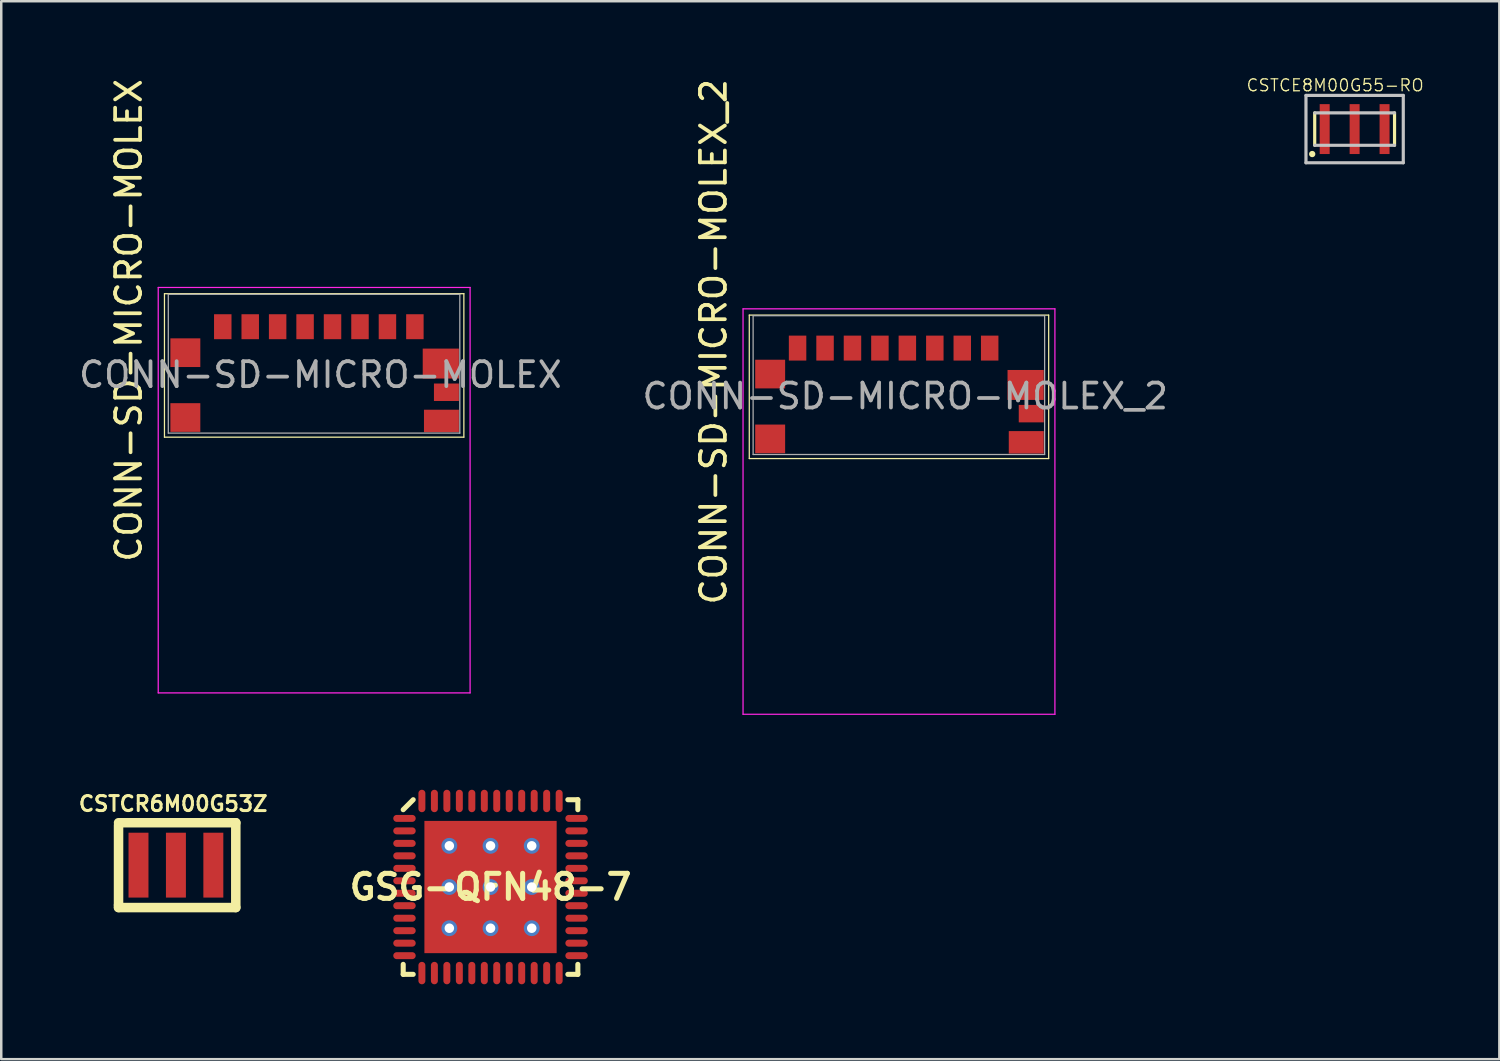
<source format=kicad_pcb>
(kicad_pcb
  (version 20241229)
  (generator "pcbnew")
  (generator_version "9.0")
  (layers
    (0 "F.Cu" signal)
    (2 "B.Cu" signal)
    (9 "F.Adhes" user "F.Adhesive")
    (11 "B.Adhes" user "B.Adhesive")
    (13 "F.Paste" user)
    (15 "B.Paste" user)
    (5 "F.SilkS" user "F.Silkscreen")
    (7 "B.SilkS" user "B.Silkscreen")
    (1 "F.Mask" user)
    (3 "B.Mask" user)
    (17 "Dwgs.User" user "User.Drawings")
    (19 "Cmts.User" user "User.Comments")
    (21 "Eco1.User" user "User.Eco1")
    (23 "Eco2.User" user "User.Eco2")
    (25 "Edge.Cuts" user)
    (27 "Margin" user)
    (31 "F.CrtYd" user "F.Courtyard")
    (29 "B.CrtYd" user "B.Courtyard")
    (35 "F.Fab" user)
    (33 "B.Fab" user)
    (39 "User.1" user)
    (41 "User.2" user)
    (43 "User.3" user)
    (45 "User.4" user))
  (footprint "CONN-SD-MICRO-MOLEX"
    (layer "F.Cu")
    (at 9.792 8.722)
    (property "Reference" "CONN-SD-MICRO-MOLEX" (at 0 3.25 0) (layer "F.Fab") (effects (font (size 1 1) (thickness 0.15))))
    (attr through_hole)
    (fp_line (start -6.25 0) (end 5.75 0) (stroke (width 0.05) (type solid)) (layer "F.SilkS"))
    (fp_line (start -6.25 5.75) (end -6.25 0) (stroke (width 0.05) (type solid)) (layer "F.SilkS"))
    (fp_line (start 5.75 0) (end 5.75 5.75) (stroke (width 0.05) (type solid)) (layer "F.SilkS"))
    (fp_line (start 5.75 5.75) (end -6.25 5.75) (stroke (width 0.05) (type solid)) (layer "F.SilkS"))
    (fp_line (start -6.5 -0.25) (end -6.5 16) (stroke (width 0.05) (type solid)) (layer "F.CrtYd"))
    (fp_line (start -6.5 -0.25) (end 6 -0.25) (stroke (width 0.05) (type solid)) (layer "F.CrtYd"))
    (fp_line (start -6.5 16) (end 6 16) (stroke (width 0.05) (type solid)) (layer "F.CrtYd"))
    (fp_line (start 6 -0.25) (end 6 16) (stroke (width 0.05) (type solid)) (layer "F.CrtYd"))
    (fp_line (start -6.096 0.025) (end -6.096 5.588) (stroke (width 0.05) (type solid)) (layer "F.Fab"))
    (fp_line (start -6.096 0.025) (end 5.588 0.025) (stroke (width 0.05) (type solid)) (layer "F.Fab"))
    (fp_line (start -6.096 5.588) (end 5.588 5.588) (stroke (width 0.05) (type solid)) (layer "F.Fab"))
    (fp_line (start 5.588 0.025) (end 5.588 5.588) (stroke (width 0.05) (type solid)) (layer "F.Fab"))
    (fp_text user "${REFERENCE}" (at -7.683 1.069 270) (layer "F.SilkS") (effects (font (size 1 1) (thickness 0.15))))
    (pad "1" smd rect (at 3.787 1.323) (size 0.7 1) (layers "F.Cu" "F.Mask" "F.Paste"))
    (pad "2" smd rect (at 2.687 1.323) (size 0.7 1) (layers "F.Cu" "F.Mask" "F.Paste"))
    (pad "3" smd rect (at 1.587 1.323) (size 0.7 1) (layers "F.Cu" "F.Mask" "F.Paste"))
    (pad "4" smd rect (at 0.486 1.323) (size 0.7 1) (layers "F.Cu" "F.Mask" "F.Paste"))
    (pad "5" smd rect (at -0.614 1.323) (size 0.7 1) (layers "F.Cu" "F.Mask" "F.Paste"))
    (pad "6" smd rect (at -1.714 1.323) (size 0.7 1) (layers "F.Cu" "F.Mask" "F.Paste"))
    (pad "7" smd rect (at -2.813 1.323) (size 0.7 1) (layers "F.Cu" "F.Mask" "F.Paste"))
    (pad "8" smd rect (at -3.913 1.323) (size 0.7 1) (layers "F.Cu" "F.Mask" "F.Paste"))
    (pad "G1" smd rect (at -5.413 2.364) (size 1.2 1.15) (layers "F.Cu" "F.Mask" "F.Paste"))
    (pad "G2" smd rect (at -5.413 4.963) (size 1.2 1.15) (layers "F.Cu" "F.Mask" "F.Paste"))
    (pad "G3" smd rect (at 4.826 2.8) (size 1.45 1.2) (layers "F.Cu" "F.Mask" "F.Paste"))
    (pad "G4" smd rect (at 5.051 3.95) (size 1 0.7) (layers "F.Cu" "F.Mask" "F.Paste"))
    (pad "G5" smd rect (at 4.851 5.1) (size 1.4 0.9) (layers "F.Cu" "F.Mask" "F.Paste")))
  (footprint "GSG-QFN48-7"
    (layer "F.Cu")
    (at 16.611 32.503)
    (property "Reference" "GSG-QFN48-7" (at 0 0 0) (layer "F.SilkS") (effects (font (size 1.001 1.001) (thickness 0.203))))
    (attr through_hole)
    (fp_line (start -3.5 3.099) (end -3.5 3.5) (stroke (width 0.203) (type solid)) (layer "F.SilkS"))
    (fp_line (start -3.5 3.5) (end -3.099 3.5) (stroke (width 0.203) (type solid)) (layer "F.SilkS"))
    (fp_line (start -3.099 -3.5) (end -3.5 -3.099) (stroke (width 0.203) (type solid)) (layer "F.SilkS"))
    (fp_line (start 3.099 3.5) (end 3.5 3.5) (stroke (width 0.203) (type solid)) (layer "F.SilkS"))
    (fp_line (start 3.5 -3.5) (end 3.099 -3.5) (stroke (width 0.203) (type solid)) (layer "F.SilkS"))
    (fp_line (start 3.5 -3.099) (end 3.5 -3.5) (stroke (width 0.203) (type solid)) (layer "F.SilkS"))
    (fp_line (start 3.5 3.5) (end 3.5 3.099) (stroke (width 0.203) (type solid)) (layer "F.SilkS"))
    (pad "" smd rect (at -1.651 -1.651) (size 1.651 1.651) (layers "F.Paste"))
    (pad "" smd rect (at -1.651 0) (size 1.651 1.651) (layers "F.Paste"))
    (pad "" smd rect (at -1.651 1.651) (size 1.651 1.651) (layers "F.Paste"))
    (pad "" smd rect (at 0 -1.651) (size 1.651 1.651) (layers "F.Paste"))
    (pad "" smd rect (at 0 0) (size 1.651 1.651) (layers "F.Paste"))
    (pad "" smd rect (at 0 1.651) (size 1.651 1.651) (layers "F.Paste"))
    (pad "" smd rect (at 1.651 -1.651) (size 1.651 1.651) (layers "F.Paste"))
    (pad "" smd rect (at 1.651 0) (size 1.651 1.651) (layers "F.Paste"))
    (pad "" smd rect (at 1.651 1.651) (size 1.651 1.651) (layers "F.Paste"))
    (pad "0" thru_hole circle (at -1.651 -1.651) (size 0.635 0.635) (drill 0.381) (layers "*.Cu" "B.Mask"))
    (pad "0" thru_hole circle (at -1.651 0) (size 0.635 0.635) (drill 0.381) (layers "*.Cu" "B.Mask"))
    (pad "0" thru_hole circle (at -1.651 1.651) (size 0.635 0.635) (drill 0.381) (layers "*.Cu" "B.Mask"))
    (pad "0" thru_hole circle (at 0 -1.651) (size 0.635 0.635) (drill 0.381) (layers "*.Cu" "B.Mask"))
    (pad "0" thru_hole circle (at 0 0) (size 0.635 0.635) (drill 0.381) (layers "*.Cu" "B.Mask"))
    (pad "0" smd rect (at 0 0) (size 5.301 5.301) (layers "F.Cu" "F.Mask"))
    (pad "0" thru_hole circle (at 0 1.651) (size 0.635 0.635) (drill 0.381) (layers "*.Cu" "B.Mask"))
    (pad "0" thru_hole circle (at 1.651 -1.651) (size 0.635 0.635) (drill 0.381) (layers "*.Cu" "B.Mask"))
    (pad "0" thru_hole circle (at 1.651 0) (size 0.635 0.635) (drill 0.381) (layers "*.Cu" "B.Mask"))
    (pad "0" thru_hole circle (at 1.651 1.651) (size 0.635 0.635) (drill 0.381) (layers "*.Cu" "B.Mask"))
    (pad "1" smd oval (at -3.449 -2.751) (size 0.899 0.279) (layers "F.Cu" "F.Mask" "F.Paste"))
    (pad "2" smd oval (at -3.449 -2.25) (size 0.899 0.279) (layers "F.Cu" "F.Mask" "F.Paste"))
    (pad "3" smd oval (at -3.449 -1.75) (size 0.899 0.279) (layers "F.Cu" "F.Mask" "F.Paste"))
    (pad "4" smd oval (at -3.449 -1.25) (size 0.899 0.279) (layers "F.Cu" "F.Mask" "F.Paste"))
    (pad "5" smd oval (at -3.449 -0.749) (size 0.899 0.279) (layers "F.Cu" "F.Mask" "F.Paste"))
    (pad "6" smd oval (at -3.449 -0.249) (size 0.899 0.279) (layers "F.Cu" "F.Mask" "F.Paste"))
    (pad "7" smd oval (at -3.449 0.249) (size 0.899 0.279) (layers "F.Cu" "F.Mask" "F.Paste"))
    (pad "8" smd oval (at -3.449 0.749) (size 0.899 0.279) (layers "F.Cu" "F.Mask" "F.Paste"))
    (pad "9" smd oval (at -3.449 1.25) (size 0.899 0.279) (layers "F.Cu" "F.Mask" "F.Paste"))
    (pad "10" smd oval (at -3.449 1.75) (size 0.899 0.279) (layers "F.Cu" "F.Mask" "F.Paste"))
    (pad "11" smd oval (at -3.449 2.25) (size 0.899 0.279) (layers "F.Cu" "F.Mask" "F.Paste"))
    (pad "12" smd oval (at -3.449 2.751) (size 0.899 0.279) (layers "F.Cu" "F.Mask" "F.Paste"))
    (pad "13" smd oval (at -2.751 3.449 90) (size 0.899 0.279) (layers "F.Cu" "F.Mask" "F.Paste"))
    (pad "14" smd oval (at -2.25 3.449 90) (size 0.899 0.279) (layers "F.Cu" "F.Mask" "F.Paste"))
    (pad "15" smd oval (at -1.75 3.449 90) (size 0.899 0.279) (layers "F.Cu" "F.Mask" "F.Paste"))
    (pad "16" smd oval (at -1.25 3.449 90) (size 0.899 0.279) (layers "F.Cu" "F.Mask" "F.Paste"))
    (pad "17" smd oval (at -0.749 3.449 90) (size 0.899 0.279) (layers "F.Cu" "F.Mask" "F.Paste"))
    (pad "18" smd oval (at -0.249 3.449 90) (size 0.899 0.279) (layers "F.Cu" "F.Mask" "F.Paste"))
    (pad "19" smd oval (at 0.249 3.449 90) (size 0.899 0.279) (layers "F.Cu" "F.Mask" "F.Paste"))
    (pad "20" smd oval (at 0.749 3.449 90) (size 0.899 0.279) (layers "F.Cu" "F.Mask" "F.Paste"))
    (pad "21" smd oval (at 1.25 3.449 90) (size 0.899 0.279) (layers "F.Cu" "F.Mask" "F.Paste"))
    (pad "22" smd oval (at 1.75 3.449 90) (size 0.899 0.279) (layers "F.Cu" "F.Mask" "F.Paste"))
    (pad "23" smd oval (at 2.25 3.449 90) (size 0.899 0.279) (layers "F.Cu" "F.Mask" "F.Paste"))
    (pad "24" smd oval (at 2.751 3.449 90) (size 0.899 0.279) (layers "F.Cu" "F.Mask" "F.Paste"))
    (pad "25" smd oval (at 3.449 2.751) (size 0.899 0.279) (layers "F.Cu" "F.Mask" "F.Paste"))
    (pad "26" smd oval (at 3.449 2.25) (size 0.899 0.279) (layers "F.Cu" "F.Mask" "F.Paste"))
    (pad "27" smd oval (at 3.449 1.75) (size 0.899 0.279) (layers "F.Cu" "F.Mask" "F.Paste"))
    (pad "28" smd oval (at 3.449 1.25) (size 0.899 0.279) (layers "F.Cu" "F.Mask" "F.Paste"))
    (pad "29" smd oval (at 3.449 0.749) (size 0.899 0.279) (layers "F.Cu" "F.Mask" "F.Paste"))
    (pad "30" smd oval (at 3.449 0.249) (size 0.899 0.279) (layers "F.Cu" "F.Mask" "F.Paste"))
    (pad "31" smd oval (at 3.449 -0.249) (size 0.899 0.279) (layers "F.Cu" "F.Mask" "F.Paste"))
    (pad "32" smd oval (at 3.449 -0.749) (size 0.899 0.279) (layers "F.Cu" "F.Mask" "F.Paste"))
    (pad "33" smd oval (at 3.449 -1.25) (size 0.899 0.279) (layers "F.Cu" "F.Mask" "F.Paste"))
    (pad "34" smd oval (at 3.449 -1.75) (size 0.899 0.279) (layers "F.Cu" "F.Mask" "F.Paste"))
    (pad "35" smd oval (at 3.449 -2.25) (size 0.899 0.279) (layers "F.Cu" "F.Mask" "F.Paste"))
    (pad "36" smd oval (at 3.449 -2.751) (size 0.899 0.279) (layers "F.Cu" "F.Mask" "F.Paste"))
    (pad "37" smd oval (at 2.751 -3.449 90) (size 0.899 0.279) (layers "F.Cu" "F.Mask" "F.Paste"))
    (pad "38" smd oval (at 2.25 -3.449 90) (size 0.899 0.279) (layers "F.Cu" "F.Mask" "F.Paste"))
    (pad "39" smd oval (at 1.75 -3.449 90) (size 0.899 0.279) (layers "F.Cu" "F.Mask" "F.Paste"))
    (pad "40" smd oval (at 1.25 -3.449 90) (size 0.899 0.279) (layers "F.Cu" "F.Mask" "F.Paste"))
    (pad "41" smd oval (at 0.749 -3.449 90) (size 0.899 0.279) (layers "F.Cu" "F.Mask" "F.Paste"))
    (pad "42" smd oval (at 0.249 -3.449 90) (size 0.899 0.279) (layers "F.Cu" "F.Mask" "F.Paste"))
    (pad "43" smd oval (at -0.249 -3.449 90) (size 0.899 0.279) (layers "F.Cu" "F.Mask" "F.Paste"))
    (pad "44" smd oval (at -0.749 -3.449 90) (size 0.899 0.279) (layers "F.Cu" "F.Mask" "F.Paste"))
    (pad "45" smd oval (at -1.25 -3.449 90) (size 0.899 0.279) (layers "F.Cu" "F.Mask" "F.Paste"))
    (pad "46" smd oval (at -1.75 -3.449 90) (size 0.899 0.279) (layers "F.Cu" "F.Mask" "F.Paste"))
    (pad "47" smd oval (at -2.25 -3.449 90) (size 0.899 0.279) (layers "F.Cu" "F.Mask" "F.Paste"))
    (pad "48" smd oval (at -2.751 -3.449 90) (size 0.899 0.279) (layers "F.Cu" "F.Mask" "F.Paste")))
  (footprint "CONN-SD-MICRO-MOLEX_2"
    (layer "F.Cu")
    (at 33.232 9.579)
    (property "Reference" "CONN-SD-MICRO-MOLEX_2" (at 0 3.25 0) (layer "F.Fab") (effects (font (size 1 1) (thickness 0.15))))
    (attr through_hole)
    (fp_line (start -6.25 0) (end 5.75 0) (stroke (width 0.05) (type solid)) (layer "F.SilkS"))
    (fp_line (start -6.25 5.75) (end -6.25 0) (stroke (width 0.05) (type solid)) (layer "F.SilkS"))
    (fp_line (start 5.75 0) (end 5.75 5.75) (stroke (width 0.05) (type solid)) (layer "F.SilkS"))
    (fp_line (start 5.75 5.75) (end -6.25 5.75) (stroke (width 0.05) (type solid)) (layer "F.SilkS"))
    (fp_line (start -6.5 -0.25) (end -6.5 16) (stroke (width 0.05) (type solid)) (layer "F.CrtYd"))
    (fp_line (start -6.5 -0.25) (end 6 -0.25) (stroke (width 0.05) (type solid)) (layer "F.CrtYd"))
    (fp_line (start -6.5 16) (end 6 16) (stroke (width 0.05) (type solid)) (layer "F.CrtYd"))
    (fp_line (start 6 -0.25) (end 6 16) (stroke (width 0.05) (type solid)) (layer "F.CrtYd"))
    (fp_line (start -6.096 0.025) (end -6.096 5.588) (stroke (width 0.05) (type solid)) (layer "F.Fab"))
    (fp_line (start -6.096 0.025) (end 5.588 0.025) (stroke (width 0.05) (type solid)) (layer "F.Fab"))
    (fp_line (start -6.096 5.588) (end 5.588 5.588) (stroke (width 0.05) (type solid)) (layer "F.Fab"))
    (fp_line (start 5.588 0.025) (end 5.588 5.588) (stroke (width 0.05) (type solid)) (layer "F.Fab"))
    (fp_text user "${REFERENCE}" (at -7.683 1.069 270) (layer "F.SilkS") (effects (font (size 1 1) (thickness 0.15))))
    (pad "1" smd rect (at 3.386 1.323) (size 0.7 1) (layers "F.Cu" "F.Mask" "F.Paste"))
    (pad "2" smd rect (at 2.287 1.323) (size 0.7 1) (layers "F.Cu" "F.Mask" "F.Paste"))
    (pad "3" smd rect (at 1.187 1.323) (size 0.7 1) (layers "F.Cu" "F.Mask" "F.Paste"))
    (pad "4" smd rect (at 0.086 1.323) (size 0.7 1) (layers "F.Cu" "F.Mask" "F.Paste"))
    (pad "5" smd rect (at -1.014 1.323) (size 0.7 1) (layers "F.Cu" "F.Mask" "F.Paste"))
    (pad "6" smd rect (at -2.114 1.323) (size 0.7 1) (layers "F.Cu" "F.Mask" "F.Paste"))
    (pad "7" smd rect (at -3.213 1.323) (size 0.7 1) (layers "F.Cu" "F.Mask" "F.Paste"))
    (pad "8" smd rect (at -4.314 1.323) (size 0.7 1) (layers "F.Cu" "F.Mask" "F.Paste"))
    (pad "G1" smd rect (at -5.413 2.364) (size 1.2 1.15) (layers "F.Cu" "F.Mask" "F.Paste"))
    (pad "G2" smd rect (at -5.413 4.963) (size 1.2 1.15) (layers "F.Cu" "F.Mask" "F.Paste"))
    (pad "G3" smd rect (at 4.826 2.8) (size 1.45 1.2) (layers "F.Cu" "F.Mask" "F.Paste"))
    (pad "G4" smd rect (at 5.051 3.95) (size 1 0.7) (layers "F.Cu" "F.Mask" "F.Paste"))
    (pad "G5" smd rect (at 4.851 5.1) (size 1.4 0.9) (layers "F.Cu" "F.Mask" "F.Paste")))
  (footprint "CSTCE8M00G55-RO"
    (layer "F.Cu")
    (at 51.245 2.124)
    (property "Reference" "CSTCE8M00G55-RO" (at -0.781 -1.755 0) (layer "F.SilkS") (effects (font (size 0.48 0.48) (thickness 0.05))))
    (attr smd)
    (fp_line (start -1.6 0.65) (end -1.6 -0.65) (stroke (width 0.127) (type solid)) (layer "F.SilkS"))
    (fp_line (start 1.6 -0.65) (end 1.6 0.65) (stroke (width 0.127) (type solid)) (layer "F.SilkS"))
    (fp_circle (center -1.7 1) (end -1.573 1) (stroke (width 0) (type solid)) (fill yes) (layer "F.SilkS"))
    (fp_line (start -1.95 -1.35) (end 1.95 -1.35) (stroke (width 0.127) (type solid)) (layer "Dwgs.User"))
    (fp_line (start -1.95 1.35) (end -1.95 -1.35) (stroke (width 0.127) (type solid)) (layer "Dwgs.User"))
    (fp_line (start -1.6 -0.65) (end 1.6 -0.65) (stroke (width 0.127) (type solid)) (layer "Dwgs.User"))
    (fp_line (start 1.6 0.65) (end -1.6 0.65) (stroke (width 0.127) (type solid)) (layer "Dwgs.User"))
    (fp_line (start 1.95 -1.35) (end 1.95 1.35) (stroke (width 0.127) (type solid)) (layer "Dwgs.User"))
    (fp_line (start 1.95 1.35) (end -1.95 1.35) (stroke (width 0.127) (type solid)) (layer "Dwgs.User"))
    (pad "1" smd rect (at -1.2 0) (size 0.4 2) (layers "F.Cu" "F.Mask" "F.Paste"))
    (pad "2" smd rect (at 0 0) (size 0.4 2) (layers "F.Cu" "F.Mask" "F.Paste"))
    (pad "3" smd rect (at 1.2 0) (size 0.4 2) (layers "F.Cu" "F.Mask" "F.Paste")))
  (footprint "CSTCR6M00G53Z"
    (layer "F.Cu")
    (at 4.001 31.626)
    (property "Reference" "CSTCR6M00G53Z" (at -0.11 -2.46 0) (layer "F.SilkS") (effects (font (size 0.6 0.6) (thickness 0.12))))
    (attr through_hole)
    (fp_line (start -2.3 -1.6) (end -2.3 1.6) (stroke (width 0.381) (type solid)) (layer "F.SilkS"))
    (fp_line (start -2.3 1.6) (end -2.3 1.7) (stroke (width 0.381) (type solid)) (layer "F.SilkS"))
    (fp_line (start -2.3 1.7) (end 2.4 1.7) (stroke (width 0.381) (type solid)) (layer "F.SilkS"))
    (fp_line (start 2.4 -1.7) (end -2.3 -1.7) (stroke (width 0.381) (type solid)) (layer "F.SilkS"))
    (fp_line (start 2.4 1.7) (end 2.4 -1.7) (stroke (width 0.381) (type solid)) (layer "F.SilkS"))
    (pad "1" smd rect (at 1.5 0) (size 0.8 2.6) (layers "F.Cu" "F.Mask" "F.Paste"))
    (pad "2" smd rect (at 0 0) (size 0.8 2.6) (layers "F.Cu" "F.Mask" "F.Paste"))
    (pad "3" smd rect (at -1.5 0) (size 0.8 2.6) (layers "F.Cu" "F.Mask" "F.Paste")))
  (gr_rect
    (start -3 -3)
    (end 57.046 39.402)
    (stroke (width 0.1) (type default))
    (fill no)
    (layer "Edge.Cuts")))
</source>
